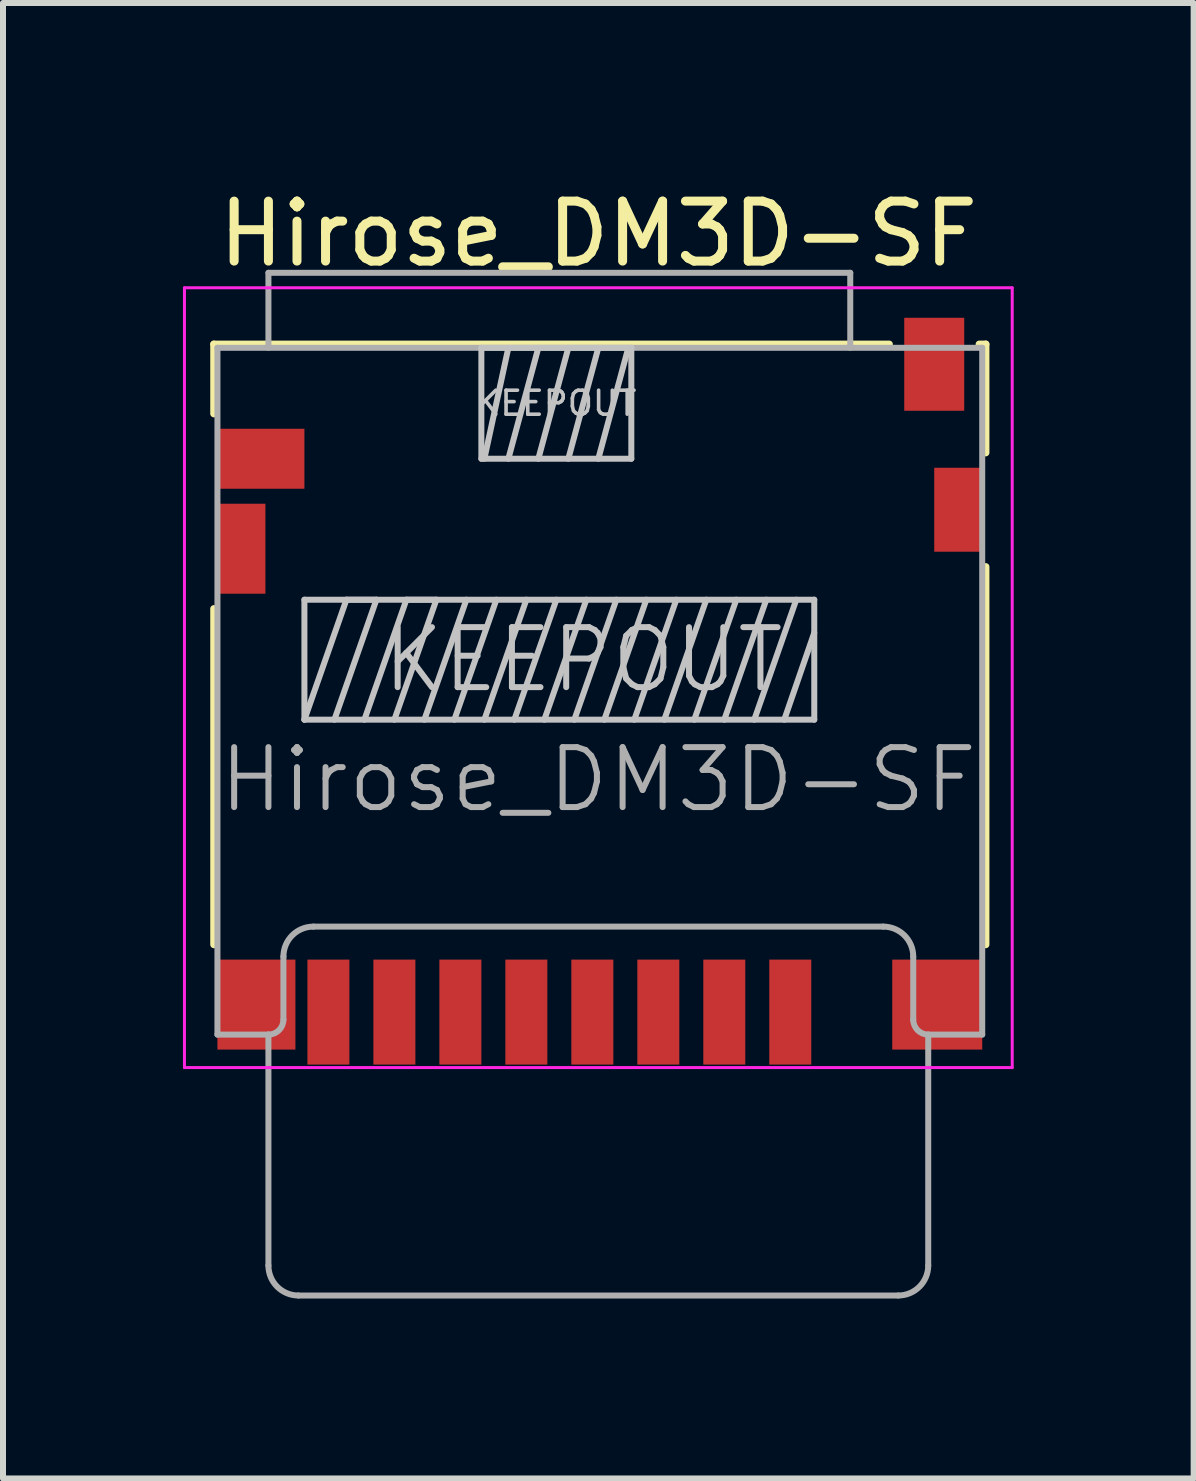
<source format=kicad_pcb>
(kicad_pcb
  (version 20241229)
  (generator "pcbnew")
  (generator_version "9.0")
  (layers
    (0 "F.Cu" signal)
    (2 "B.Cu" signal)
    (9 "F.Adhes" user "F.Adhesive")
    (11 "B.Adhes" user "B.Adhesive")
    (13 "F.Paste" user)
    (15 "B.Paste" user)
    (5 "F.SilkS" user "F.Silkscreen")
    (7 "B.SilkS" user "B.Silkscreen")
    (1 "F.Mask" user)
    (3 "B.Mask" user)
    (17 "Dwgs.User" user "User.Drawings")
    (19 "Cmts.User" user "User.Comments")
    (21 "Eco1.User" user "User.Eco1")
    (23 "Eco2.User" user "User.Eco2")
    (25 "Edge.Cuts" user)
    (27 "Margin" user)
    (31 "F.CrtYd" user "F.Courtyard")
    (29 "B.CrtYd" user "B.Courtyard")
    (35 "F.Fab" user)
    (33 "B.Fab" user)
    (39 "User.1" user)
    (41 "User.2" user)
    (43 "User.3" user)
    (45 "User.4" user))
  (footprint "Hirose_DM3D-SF"
    (layer "F.Cu")
    (at 2.425 12.948)
    (property "Reference" "Hirose_DM3D-SF" (at 4.5 -12.1 0) (layer "F.SilkS") (effects (font (size 1 1) (thickness 0.15))))
    (attr smd)
    (fp_line (start -1.91 -10.26) (end 9.35 -10.26) (stroke (width 0.12) (type solid)) (layer "F.SilkS"))
    (fp_line (start -1.91 -9.1) (end -1.91 -10.26) (stroke (width 0.12) (type solid)) (layer "F.SilkS"))
    (fp_line (start -1.91 -5.85) (end -1.91 -0.25) (stroke (width 0.12) (type solid)) (layer "F.SilkS"))
    (fp_line (start 10.85 -10.26) (end 10.96 -10.26) (stroke (width 0.12) (type solid)) (layer "F.SilkS"))
    (fp_line (start 10.96 -10.26) (end 10.96 -8.45) (stroke (width 0.12) (type solid)) (layer "F.SilkS"))
    (fp_line (start 10.96 -6.55) (end 10.96 -0.25) (stroke (width 0.12) (type solid)) (layer "F.SilkS"))
    (fp_line (start -0.4 -6) (end -0.4 -4) (stroke (width 0.1) (type solid)) (layer "Dwgs.User"))
    (fp_line (start -0.4 -6) (end 8.1 -6) (stroke (width 0.1) (type solid)) (layer "Dwgs.User"))
    (fp_line (start -0.4 -4) (end 0.3 -6) (stroke (width 0.1) (type solid)) (layer "Dwgs.User"))
    (fp_line (start -0.4 -4) (end 8.1 -4) (stroke (width 0.1) (type solid)) (layer "Dwgs.User"))
    (fp_line (start 0.1 -4) (end 0.8 -6) (stroke (width 0.1) (type solid)) (layer "Dwgs.User"))
    (fp_line (start 0.3 -6) (end 0.8 -6) (stroke (width 0.1) (type solid)) (layer "Dwgs.User"))
    (fp_line (start 0.6 -4) (end 1.3 -6) (stroke (width 0.1) (type solid)) (layer "Dwgs.User"))
    (fp_line (start 1.1 -4) (end 1.8 -6) (stroke (width 0.1) (type solid)) (layer "Dwgs.User"))
    (fp_line (start 1.3 -6) (end 1.8 -6) (stroke (width 0.1) (type solid)) (layer "Dwgs.User"))
    (fp_line (start 1.6 -4) (end 2.3 -6) (stroke (width 0.1) (type solid)) (layer "Dwgs.User"))
    (fp_line (start 2.1 -4) (end 2.8 -6) (stroke (width 0.1) (type solid)) (layer "Dwgs.User"))
    (fp_line (start 2.55 -10.2) (end 2.55 -8.35) (stroke (width 0.1) (type solid)) (layer "Dwgs.User"))
    (fp_line (start 2.6 -8.35) (end 3 -10.2) (stroke (width 0.1) (type solid)) (layer "Dwgs.User"))
    (fp_line (start 2.6 -4) (end 3.3 -6) (stroke (width 0.1) (type solid)) (layer "Dwgs.User"))
    (fp_line (start 3.1 -4) (end 3.8 -6) (stroke (width 0.1) (type solid)) (layer "Dwgs.User"))
    (fp_line (start 3.5 -10.2) (end 3 -8.35) (stroke (width 0.1) (type solid)) (layer "Dwgs.User"))
    (fp_line (start 3.5 -8.35) (end 4 -10.2) (stroke (width 0.1) (type solid)) (layer "Dwgs.User"))
    (fp_line (start 3.6 -4) (end 4.3 -6) (stroke (width 0.1) (type solid)) (layer "Dwgs.User"))
    (fp_line (start 4.1 -4) (end 4.8 -6) (stroke (width 0.1) (type solid)) (layer "Dwgs.User"))
    (fp_line (start 4.5 -10.2) (end 4 -8.35) (stroke (width 0.1) (type solid)) (layer "Dwgs.User"))
    (fp_line (start 4.5 -8.35) (end 5 -10.2) (stroke (width 0.1) (type solid)) (layer "Dwgs.User"))
    (fp_line (start 4.6 -4) (end 5.3 -6) (stroke (width 0.1) (type solid)) (layer "Dwgs.User"))
    (fp_line (start 5.05 -10.2) (end 2.55 -10.2) (stroke (width 0.1) (type solid)) (layer "Dwgs.User"))
    (fp_line (start 5.05 -8.35) (end 2.55 -8.35) (stroke (width 0.1) (type solid)) (layer "Dwgs.User"))
    (fp_line (start 5.05 -8.35) (end 5.05 -10.2) (stroke (width 0.1) (type solid)) (layer "Dwgs.User"))
    (fp_line (start 5.1 -4) (end 5.8 -6) (stroke (width 0.1) (type solid)) (layer "Dwgs.User"))
    (fp_line (start 5.6 -4) (end 6.3 -6) (stroke (width 0.1) (type solid)) (layer "Dwgs.User"))
    (fp_line (start 6.1 -4) (end 6.8 -6) (stroke (width 0.1) (type solid)) (layer "Dwgs.User"))
    (fp_line (start 6.6 -4) (end 7.3 -6) (stroke (width 0.1) (type solid)) (layer "Dwgs.User"))
    (fp_line (start 7.1 -4) (end 7.8 -6) (stroke (width 0.1) (type solid)) (layer "Dwgs.User"))
    (fp_line (start 7.6 -4) (end 8.1 -5.45) (stroke (width 0.1) (type solid)) (layer "Dwgs.User"))
    (fp_line (start 8.1 -4) (end 8.1 -6) (stroke (width 0.1) (type solid)) (layer "Dwgs.User"))
    (fp_line (start -2.4 -11.2) (end 11.4 -11.2) (stroke (width 0.05) (type solid)) (layer "F.CrtYd"))
    (fp_line (start -2.4 1.8) (end -2.4 -11.2) (stroke (width 0.05) (type solid)) (layer "F.CrtYd"))
    (fp_line (start 11.4 -11.2) (end 11.4 1.8) (stroke (width 0.05) (type solid)) (layer "F.CrtYd"))
    (fp_line (start 11.4 1.8) (end -2.4 1.8) (stroke (width 0.05) (type solid)) (layer "F.CrtYd"))
    (fp_line (start -1.85 -10.2) (end 10.9 -10.2) (stroke (width 0.1) (type solid)) (layer "F.Fab"))
    (fp_line (start -1.85 1.25) (end -1.85 -10.2) (stroke (width 0.1) (type solid)) (layer "F.Fab"))
    (fp_line (start -1.85 1.25) (end -1 1.25) (stroke (width 0.1) (type solid)) (layer "F.Fab"))
    (fp_line (start -1 -11.45) (end 8.7 -11.45) (stroke (width 0.1) (type solid)) (layer "F.Fab"))
    (fp_line (start -1 -10.2) (end -1 -11.45) (stroke (width 0.1) (type solid)) (layer "F.Fab"))
    (fp_line (start -1 1.25) (end -1 5.1) (stroke (width 0.1) (type solid)) (layer "F.Fab"))
    (fp_line (start -0.75 1) (end -0.75 -0.05) (stroke (width 0.1) (type solid)) (layer "F.Fab"))
    (fp_line (start -0.5 5.6) (end 9.5 5.6) (stroke (width 0.1) (type solid)) (layer "F.Fab"))
    (fp_line (start -0.25 -0.55) (end 9.25 -0.55) (stroke (width 0.1) (type solid)) (layer "F.Fab"))
    (fp_line (start 8.7 -10.2) (end 8.7 -11.45) (stroke (width 0.1) (type solid)) (layer "F.Fab"))
    (fp_line (start 9.75 1) (end 9.75 -0.05) (stroke (width 0.1) (type solid)) (layer "F.Fab"))
    (fp_line (start 10 1.25) (end 10.9 1.25) (stroke (width 0.1) (type solid)) (layer "F.Fab"))
    (fp_line (start 10 5.1) (end 10 1.25) (stroke (width 0.1) (type solid)) (layer "F.Fab"))
    (fp_line (start 10.9 1.25) (end 10.9 -10.2) (stroke (width 0.1) (type solid)) (layer "F.Fab"))
    (fp_arc (start -0.75 -0.05) (mid -0.603553 -0.403553) (end -0.25 -0.55) (stroke (width 0.1) (type solid)) (layer "F.Fab"))
    (fp_arc (start -0.75 1) (mid -0.823223 1.176777) (end -1 1.25) (stroke (width 0.1) (type solid)) (layer "F.Fab"))
    (fp_arc (start -0.5 5.6) (mid -0.853553 5.453553) (end -1 5.1) (stroke (width 0.1) (type solid)) (layer "F.Fab"))
    (fp_arc (start 9.25 -0.55) (mid 9.603553 -0.403553) (end 9.75 -0.05) (stroke (width 0.1) (type solid)) (layer "F.Fab"))
    (fp_arc (start 10 1.25) (mid 9.823223 1.176777) (end 9.75 1) (stroke (width 0.1) (type solid)) (layer "F.Fab"))
    (fp_arc (start 10 5.1) (mid 9.853553 5.453553) (end 9.5 5.6) (stroke (width 0.1) (type solid)) (layer "F.Fab"))
    (fp_text user "KEEPOUT" (at 3.8 -9.275 0) (layer "Dwgs.User") (effects (font (size 0.4 0.4) (thickness 0.06))))
    (fp_text user "KEEPOUT" (at 4.25 -5 0) (layer "Dwgs.User") (effects (font (size 1 1) (thickness 0.1))))
    (fp_text user "${REFERENCE}" (at 4.5 -3 0) (layer "F.Fab") (effects (font (size 1 1) (thickness 0.1))))
    (pad "1" smd rect (at 7.7 0.875) (size 0.7 1.75) (layers "F.Cu" "F.Mask" "F.Paste"))
    (pad "2" smd rect (at 6.6 0.875) (size 0.7 1.75) (layers "F.Cu" "F.Mask" "F.Paste"))
    (pad "3" smd rect (at 5.5 0.875) (size 0.7 1.75) (layers "F.Cu" "F.Mask" "F.Paste"))
    (pad "4" smd rect (at 4.4 0.875) (size 0.7 1.75) (layers "F.Cu" "F.Mask" "F.Paste"))
    (pad "5" smd rect (at 3.3 0.875) (size 0.7 1.75) (layers "F.Cu" "F.Mask" "F.Paste"))
    (pad "6" smd rect (at 2.2 0.875) (size 0.7 1.75) (layers "F.Cu" "F.Mask" "F.Paste"))
    (pad "7" smd rect (at 1.1 0.875) (size 0.7 1.75) (layers "F.Cu" "F.Mask" "F.Paste"))
    (pad "8" smd rect (at 0 0.875) (size 0.7 1.75) (layers "F.Cu" "F.Mask" "F.Paste"))
    (pad "9" smd rect (at -1.125 -8.35) (size 1.45 1) (layers "F.Cu" "F.Mask" "F.Paste"))
    (pad "10" smd rect (at 10.1 -9.925) (size 1 1.55) (layers "F.Cu" "F.Mask" "F.Paste"))
    (pad "11" smd rect (at -1.45 -6.85) (size 0.8 1.5) (layers "F.Cu" "F.Mask" "F.Paste"))
    (pad "11" smd rect (at -1.2 0.75) (size 1.3 1.5) (layers "F.Cu" "F.Mask" "F.Paste"))
    (pad "11" smd rect (at 10.15 0.75) (size 1.5 1.5) (layers "F.Cu" "F.Mask" "F.Paste"))
    (pad "11" smd rect (at 10.5 -7.5) (size 0.8 1.4) (layers "F.Cu" "F.Mask" "F.Paste")))
  (gr_rect
    (start -3 -3)
    (end 16.85 21.598)
    (stroke (width 0.1) (type default))
    (fill no)
    (layer "Edge.Cuts")))
</source>
